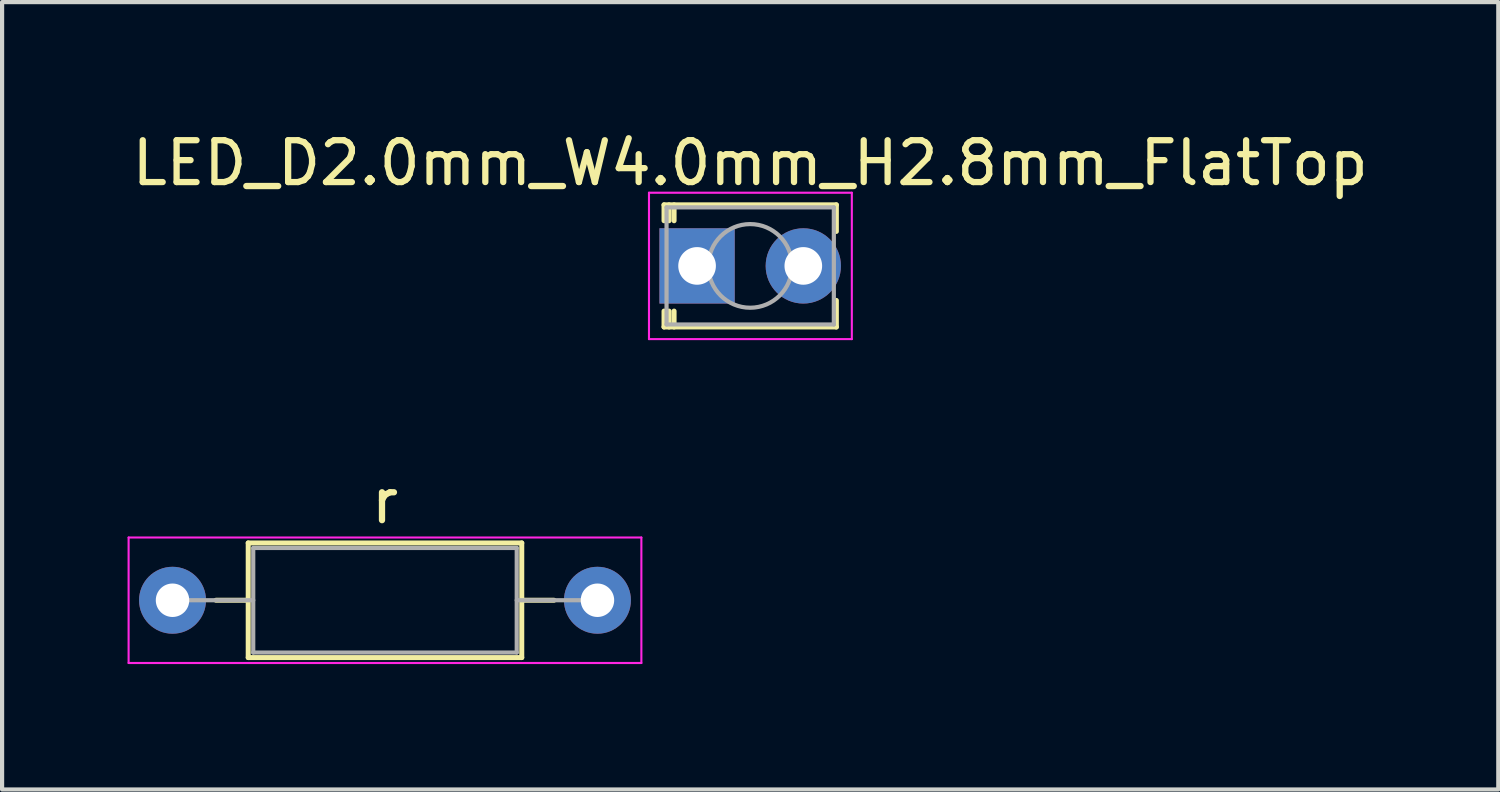
<source format=kicad_pcb>
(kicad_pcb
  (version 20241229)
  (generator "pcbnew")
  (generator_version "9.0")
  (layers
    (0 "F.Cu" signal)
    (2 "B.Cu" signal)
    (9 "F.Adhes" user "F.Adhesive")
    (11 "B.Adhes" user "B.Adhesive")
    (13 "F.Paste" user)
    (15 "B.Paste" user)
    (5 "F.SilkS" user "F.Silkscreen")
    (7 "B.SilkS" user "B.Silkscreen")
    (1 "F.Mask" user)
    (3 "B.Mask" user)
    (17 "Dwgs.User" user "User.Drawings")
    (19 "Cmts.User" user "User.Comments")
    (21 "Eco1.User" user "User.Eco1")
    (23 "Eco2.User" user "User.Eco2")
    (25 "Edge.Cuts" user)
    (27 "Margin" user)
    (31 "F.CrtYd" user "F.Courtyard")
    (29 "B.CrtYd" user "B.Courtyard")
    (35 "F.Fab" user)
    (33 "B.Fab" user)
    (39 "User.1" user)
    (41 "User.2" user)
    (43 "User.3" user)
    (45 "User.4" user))
  (footprint "r"
    (layer "F.Cu")
    (at 1.075 11.302)
    (property "Reference" "r" (at 5.08 -2.37 0) (layer "F.SilkS") (effects (font (size 1 1) (thickness 0.15))))
    (attr through_hole)
    (fp_line (start 1.04 0) (end 1.81 0) (stroke (width 0.12) (type solid)) (layer "F.SilkS"))
    (fp_line (start 1.81 -1.37) (end 1.81 1.37) (stroke (width 0.12) (type solid)) (layer "F.SilkS"))
    (fp_line (start 1.81 1.37) (end 8.35 1.37) (stroke (width 0.12) (type solid)) (layer "F.SilkS"))
    (fp_line (start 8.35 -1.37) (end 1.81 -1.37) (stroke (width 0.12) (type solid)) (layer "F.SilkS"))
    (fp_line (start 8.35 1.37) (end 8.35 -1.37) (stroke (width 0.12) (type solid)) (layer "F.SilkS"))
    (fp_line (start 9.12 0) (end 8.35 0) (stroke (width 0.12) (type solid)) (layer "F.SilkS"))
    (fp_line (start -1.05 -1.5) (end -1.05 1.5) (stroke (width 0.05) (type solid)) (layer "F.CrtYd"))
    (fp_line (start -1.05 1.5) (end 11.21 1.5) (stroke (width 0.05) (type solid)) (layer "F.CrtYd"))
    (fp_line (start 11.21 -1.5) (end -1.05 -1.5) (stroke (width 0.05) (type solid)) (layer "F.CrtYd"))
    (fp_line (start 11.21 1.5) (end 11.21 -1.5) (stroke (width 0.05) (type solid)) (layer "F.CrtYd"))
    (fp_line (start 0 0) (end 1.93 0) (stroke (width 0.1) (type solid)) (layer "F.Fab"))
    (fp_line (start 1.93 -1.25) (end 1.93 1.25) (stroke (width 0.1) (type solid)) (layer "F.Fab"))
    (fp_line (start 1.93 1.25) (end 8.23 1.25) (stroke (width 0.1) (type solid)) (layer "F.Fab"))
    (fp_line (start 8.23 -1.25) (end 1.93 -1.25) (stroke (width 0.1) (type solid)) (layer "F.Fab"))
    (fp_line (start 8.23 1.25) (end 8.23 -1.25) (stroke (width 0.1) (type solid)) (layer "F.Fab"))
    (fp_line (start 10.16 0) (end 8.23 0) (stroke (width 0.1) (type solid)) (layer "F.Fab"))
    (pad "1" thru_hole circle (at 0 0) (size 1.6 1.6) (drill 0.8) (layers "*.Cu" "*.Mask"))
    (pad "2" thru_hole oval (at 10.16 0) (size 1.6 1.6) (drill 0.8) (layers "*.Cu" "*.Mask")))
  (footprint "LED_D2.0mm_W4.0mm_H2.8mm_FlatTop"
    (layer "F.Cu")
    (at 13.617 3.308)
    (property "Reference" "LED_D2.0mm_W4.0mm_H2.8mm_FlatTop" (at 1.27 -2.46 0) (layer "F.SilkS") (effects (font (size 1 1) (thickness 0.15))))
    (attr through_hole)
    (fp_line (start -0.79 -1.46) (end -0.79 -1.08) (stroke (width 0.12) (type solid)) (layer "F.SilkS"))
    (fp_line (start -0.79 -1.46) (end 3.33 -1.46) (stroke (width 0.12) (type solid)) (layer "F.SilkS"))
    (fp_line (start -0.79 1.08) (end -0.79 1.46) (stroke (width 0.12) (type solid)) (layer "F.SilkS"))
    (fp_line (start -0.79 1.46) (end 3.33 1.46) (stroke (width 0.12) (type solid)) (layer "F.SilkS"))
    (fp_line (start -0.67 -1.46) (end -0.67 -1.08) (stroke (width 0.12) (type solid)) (layer "F.SilkS"))
    (fp_line (start -0.67 1.08) (end -0.67 1.46) (stroke (width 0.12) (type solid)) (layer "F.SilkS"))
    (fp_line (start -0.55 -1.46) (end -0.55 -1.08) (stroke (width 0.12) (type solid)) (layer "F.SilkS"))
    (fp_line (start -0.55 1.08) (end -0.55 1.46) (stroke (width 0.12) (type solid)) (layer "F.SilkS"))
    (fp_line (start 3.33 -1.46) (end 3.33 -0.825) (stroke (width 0.12) (type solid)) (layer "F.SilkS"))
    (fp_line (start 3.33 0.825) (end 3.33 1.46) (stroke (width 0.12) (type solid)) (layer "F.SilkS"))
    (fp_line (start -1.15 -1.75) (end -1.15 1.75) (stroke (width 0.05) (type solid)) (layer "F.CrtYd"))
    (fp_line (start -1.15 1.75) (end 3.7 1.75) (stroke (width 0.05) (type solid)) (layer "F.CrtYd"))
    (fp_line (start 3.7 -1.75) (end -1.15 -1.75) (stroke (width 0.05) (type solid)) (layer "F.CrtYd"))
    (fp_line (start 3.7 1.75) (end 3.7 -1.75) (stroke (width 0.05) (type solid)) (layer "F.CrtYd"))
    (fp_line (start -0.73 -1.4) (end -0.73 1.4) (stroke (width 0.1) (type solid)) (layer "F.Fab"))
    (fp_line (start -0.73 1.4) (end 3.27 1.4) (stroke (width 0.1) (type solid)) (layer "F.Fab"))
    (fp_line (start 3.27 -1.4) (end -0.73 -1.4) (stroke (width 0.1) (type solid)) (layer "F.Fab"))
    (fp_line (start 3.27 1.4) (end 3.27 -1.4) (stroke (width 0.1) (type solid)) (layer "F.Fab"))
    (fp_circle (center 1.27 0) (end 2.27 0) (stroke (width 0.1) (type solid)) (fill no) (layer "F.Fab"))
    (pad "1" thru_hole rect (at 0 0) (size 1.8 1.8) (drill 0.9) (layers "*.Cu" "*.Mask"))
    (pad "2" thru_hole circle (at 2.54 0) (size 1.8 1.8) (drill 0.9) (layers "*.Cu" "*.Mask")))
  (gr_rect
    (start -3 -3)
    (end 32.774 15.826)
    (stroke (width 0.1) (type default))
    (fill no)
    (layer "Edge.Cuts")))
</source>
